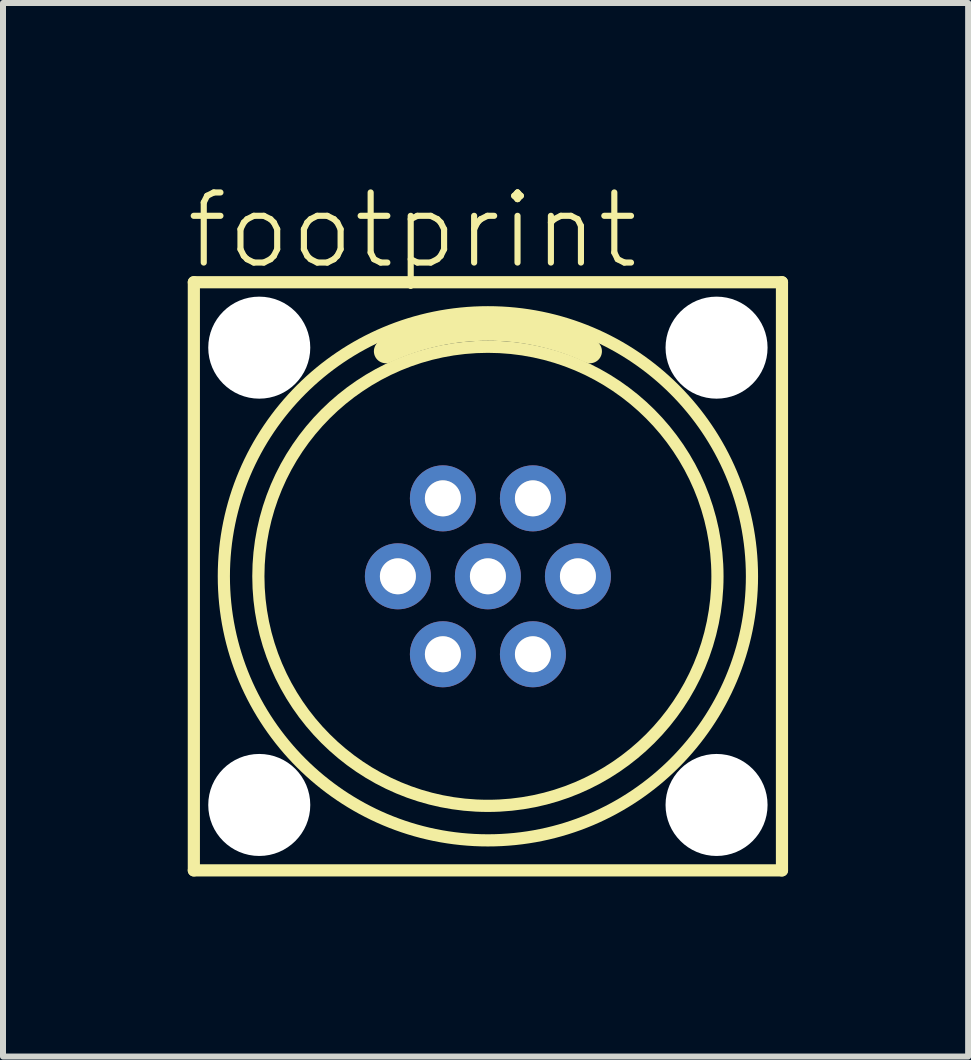
<source format=kicad_pcb>
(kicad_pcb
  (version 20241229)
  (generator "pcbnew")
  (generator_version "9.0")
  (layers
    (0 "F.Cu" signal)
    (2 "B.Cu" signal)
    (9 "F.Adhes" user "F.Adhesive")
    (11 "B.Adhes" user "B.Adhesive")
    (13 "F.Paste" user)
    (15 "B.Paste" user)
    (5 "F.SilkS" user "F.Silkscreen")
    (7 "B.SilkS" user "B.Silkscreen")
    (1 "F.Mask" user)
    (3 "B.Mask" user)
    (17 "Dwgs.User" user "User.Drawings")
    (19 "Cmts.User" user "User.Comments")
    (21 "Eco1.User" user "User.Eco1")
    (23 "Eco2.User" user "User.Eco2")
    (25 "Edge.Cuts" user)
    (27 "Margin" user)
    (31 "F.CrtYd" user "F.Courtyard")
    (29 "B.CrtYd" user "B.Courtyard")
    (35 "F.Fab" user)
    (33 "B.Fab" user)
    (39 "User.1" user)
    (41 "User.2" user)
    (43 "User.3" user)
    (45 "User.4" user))
  (footprint "footprint"
    (layer "F.Cu")
    (at 5.08 6.553)
    (property "Reference" "footprint" (at -5.08 -5.08 0) (layer "F.SilkS") (effects (font (size 1.168 1.168) (thickness 0.102)) (justify left bottom)))
    (fp_line (start -4.9 -4.9) (end 4.9 -4.9) (stroke (width 0.203) (type solid)) (layer "F.SilkS"))
    (fp_line (start -4.9 4.9) (end -4.9 -4.9) (stroke (width 0.203) (type solid)) (layer "F.SilkS"))
    (fp_line (start 4.9 -4.9) (end 4.9 4.9) (stroke (width 0.203) (type solid)) (layer "F.SilkS"))
    (fp_line (start 4.9 4.9) (end -4.9 4.9) (stroke (width 0.203) (type solid)) (layer "F.SilkS"))
    (fp_arc (start -1.7 -3.75) (mid 0 -4.125003) (end 1.7 -3.75) (stroke (width 0.4) (type solid)) (layer "F.SilkS"))
    (fp_circle (center 0 0) (end 3.825 0) (stroke (width 0.203) (type solid)) (fill no) (layer "F.SilkS"))
    (fp_circle (center 0 0) (end 4.4 0) (stroke (width 0.203) (type solid)) (fill no) (layer "F.SilkS"))
    (fp_circle (center -1.5 0) (end -1.302 0) (stroke (width 0.203) (type solid)) (fill no) (layer "F.Fab"))
    (fp_circle (center -0.75 -1.299) (end -0.551 -1.299) (stroke (width 0.203) (type solid)) (fill no) (layer "F.Fab"))
    (fp_circle (center -0.75 1.299) (end -0.551 1.299) (stroke (width 0.203) (type solid)) (fill no) (layer "F.Fab"))
    (fp_circle (center 0 0) (end 0.198 0) (stroke (width 0.203) (type solid)) (fill no) (layer "F.Fab"))
    (fp_circle (center 0.75 -1.299) (end 0.948 -1.299) (stroke (width 0.203) (type solid)) (fill no) (layer "F.Fab"))
    (fp_circle (center 0.75 1.299) (end 0.948 1.299) (stroke (width 0.203) (type solid)) (fill no) (layer "F.Fab"))
    (fp_circle (center 1.5 0) (end 1.698 0) (stroke (width 0.203) (type solid)) (fill no) (layer "F.Fab"))
    (pad "" np_thru_hole circle (at -3.81 -3.81) (size 1.7 1.7) (drill 1.7) (layers "*.Cu" "*.Mask"))
    (pad "" np_thru_hole circle (at -3.81 3.81) (size 1.7 1.7) (drill 1.7) (layers "*.Cu" "*.Mask"))
    (pad "" np_thru_hole circle (at 3.81 -3.81) (size 1.7 1.7) (drill 1.7) (layers "*.Cu" "*.Mask"))
    (pad "" np_thru_hole circle (at 3.81 3.81) (size 1.7 1.7) (drill 1.7) (layers "*.Cu" "*.Mask"))
    (pad "1" thru_hole circle (at -0.75 -1.299 120) (size 1.1 1.1) (drill 0.6) (layers "*.Cu" "*.Mask"))
    (pad "2" thru_hole circle (at -1.5 0 120) (size 1.1 1.1) (drill 0.6) (layers "*.Cu" "*.Mask"))
    (pad "3" thru_hole circle (at -0.75 1.299 120) (size 1.1 1.1) (drill 0.6) (layers "*.Cu" "*.Mask"))
    (pad "4" thru_hole circle (at 0.75 1.299 120) (size 1.1 1.1) (drill 0.6) (layers "*.Cu" "*.Mask"))
    (pad "5" thru_hole circle (at 1.5 0 120) (size 1.1 1.1) (drill 0.6) (layers "*.Cu" "*.Mask"))
    (pad "6" thru_hole circle (at 0.75 -1.299 120) (size 1.1 1.1) (drill 0.6) (layers "*.Cu" "*.Mask"))
    (pad "7" thru_hole circle (at 0 0) (size 1.1 1.1) (drill 0.6) (layers "*.Cu" "*.Mask")))
  (gr_rect
    (start -3 -3)
    (end 13.082 14.555)
    (stroke (width 0.1) (type default))
    (fill no)
    (layer "Edge.Cuts")))
</source>
